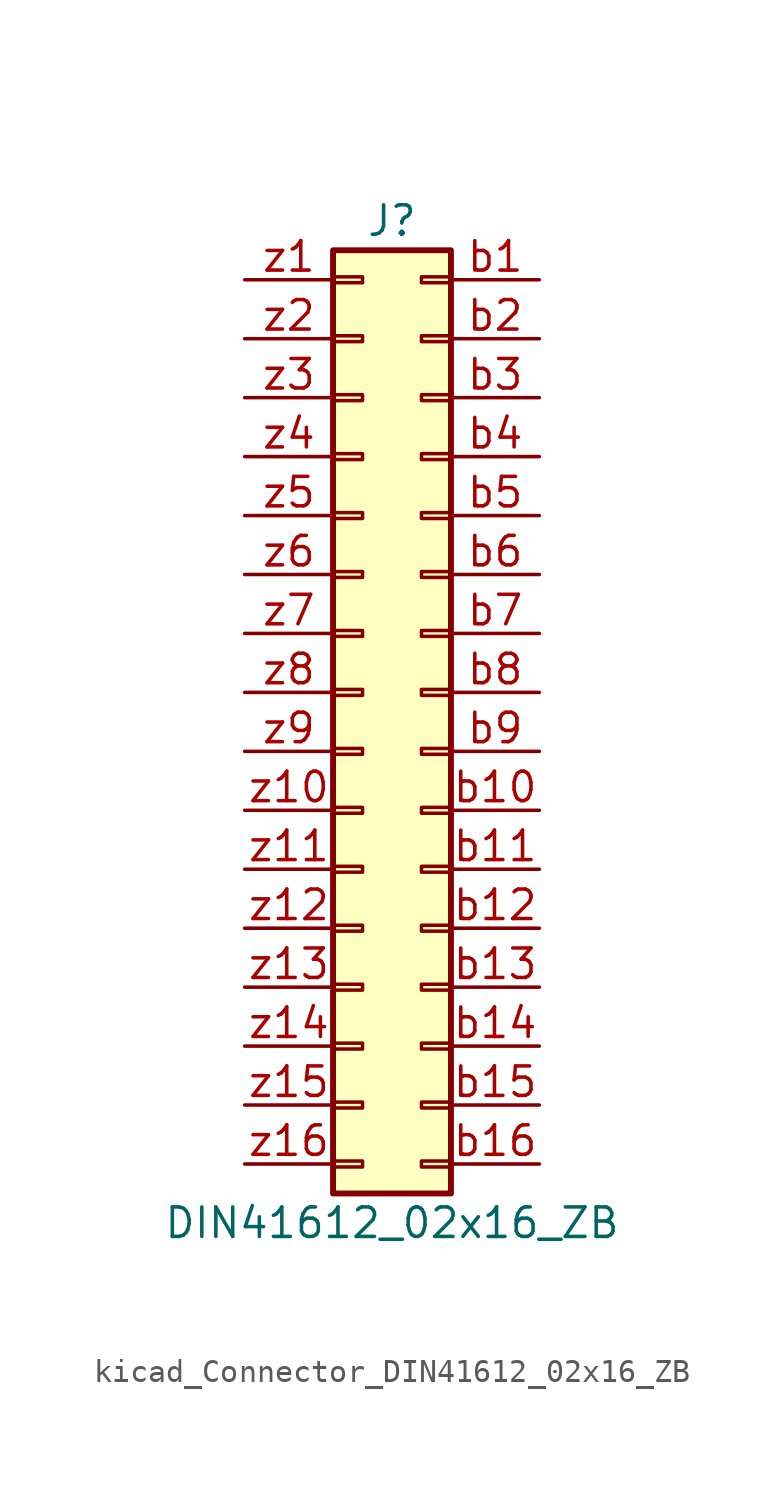
<source format=kicad_sym>
(kicad_symbol_lib
  (version 20220914)
  (generator kicad_symbol_editor)
  (symbol "kicad_Connector_DIN41612_02x16_ZB"
    (pin_names
      (offset 1.016) hide)
    (property "Reference" "J"
      (at 1.27 20.32 0)
      (effects (font (size 1.27 1.27))))
    (property "Value" "DIN41612_02x16_ZB"
      (at 1.27 -22.86 0)
      (effects (font (size 1.27 1.27))))
    (symbol "kicad_Connector_DIN41612_02x16_ZB_1_1"
      (rectangle (start -1.27 -20.193) (end 0 -20.447) (stroke (width 0.152) (type default)) (fill (type none)))
      (rectangle (start -1.27 -17.653) (end 0 -17.907) (stroke (width 0.152) (type default)) (fill (type none)))
      (rectangle (start -1.27 -15.113) (end 0 -15.367) (stroke (width 0.152) (type default)) (fill (type none)))
      (rectangle (start -1.27 -12.573) (end 0 -12.827) (stroke (width 0.152) (type default)) (fill (type none)))
      (rectangle (start -1.27 -10.033) (end 0 -10.287) (stroke (width 0.152) (type default)) (fill (type none)))
      (rectangle (start -1.27 -7.493) (end 0 -7.747) (stroke (width 0.152) (type default)) (fill (type none)))
      (rectangle (start -1.27 -4.953) (end 0 -5.207) (stroke (width 0.152) (type default)) (fill (type none)))
      (rectangle (start -1.27 -2.413) (end 0 -2.667) (stroke (width 0.152) (type default)) (fill (type none)))
      (rectangle (start -1.27 0.127) (end 0 -0.127) (stroke (width 0.152) (type default)) (fill (type none)))
      (rectangle (start -1.27 2.667) (end 0 2.413) (stroke (width 0.152) (type default)) (fill (type none)))
      (rectangle (start -1.27 5.207) (end 0 4.953) (stroke (width 0.152) (type default)) (fill (type none)))
      (rectangle (start -1.27 7.747) (end 0 7.493) (stroke (width 0.152) (type default)) (fill (type none)))
      (rectangle (start -1.27 10.287) (end 0 10.033) (stroke (width 0.152) (type default)) (fill (type none)))
      (rectangle (start -1.27 12.827) (end 0 12.573) (stroke (width 0.152) (type default)) (fill (type none)))
      (rectangle (start -1.27 15.367) (end 0 15.113) (stroke (width 0.152) (type default)) (fill (type none)))
      (rectangle (start -1.27 17.907) (end 0 17.653) (stroke (width 0.152) (type default)) (fill (type none)))
      (rectangle (start -1.27 19.05) (end 3.81 -21.59) (stroke (width 0.254) (type default)) (fill (type background)))
      (rectangle (start 3.81 -20.193) (end 2.54 -20.447) (stroke (width 0.152) (type default)) (fill (type none)))
      (rectangle (start 3.81 -17.653) (end 2.54 -17.907) (stroke (width 0.152) (type default)) (fill (type none)))
      (rectangle (start 3.81 -15.113) (end 2.54 -15.367) (stroke (width 0.152) (type default)) (fill (type none)))
      (rectangle (start 3.81 -12.573) (end 2.54 -12.827) (stroke (width 0.152) (type default)) (fill (type none)))
      (rectangle (start 3.81 -10.033) (end 2.54 -10.287) (stroke (width 0.152) (type default)) (fill (type none)))
      (rectangle (start 3.81 -7.493) (end 2.54 -7.747) (stroke (width 0.152) (type default)) (fill (type none)))
      (rectangle (start 3.81 -4.953) (end 2.54 -5.207) (stroke (width 0.152) (type default)) (fill (type none)))
      (rectangle (start 3.81 -2.413) (end 2.54 -2.667) (stroke (width 0.152) (type default)) (fill (type none)))
      (rectangle (start 3.81 0.127) (end 2.54 -0.127) (stroke (width 0.152) (type default)) (fill (type none)))
      (rectangle (start 3.81 2.667) (end 2.54 2.413) (stroke (width 0.152) (type default)) (fill (type none)))
      (rectangle (start 3.81 5.207) (end 2.54 4.953) (stroke (width 0.152) (type default)) (fill (type none)))
      (rectangle (start 3.81 7.747) (end 2.54 7.493) (stroke (width 0.152) (type default)) (fill (type none)))
      (rectangle (start 3.81 10.287) (end 2.54 10.033) (stroke (width 0.152) (type default)) (fill (type none)))
      (rectangle (start 3.81 12.827) (end 2.54 12.573) (stroke (width 0.152) (type default)) (fill (type none)))
      (rectangle (start 3.81 15.367) (end 2.54 15.113) (stroke (width 0.152) (type default)) (fill (type none)))
      (rectangle (start 3.81 17.907) (end 2.54 17.653) (stroke (width 0.152) (type default)) (fill (type none)))
      (pin passive line (at 7.62 17.78 180) (length 3.81) (name "Pin_b1" (effects (font (size 1.27 1.27)))) (number "b1" (effects (font (size 1.27 1.27)))))
      (pin passive line (at 7.62 -5.08 180) (length 3.81) (name "Pin_b10" (effects (font (size 1.27 1.27)))) (number "b10" (effects (font (size 1.27 1.27)))))
      (pin passive line (at 7.62 -7.62 180) (length 3.81) (name "Pin_b11" (effects (font (size 1.27 1.27)))) (number "b11" (effects (font (size 1.27 1.27)))))
      (pin passive line (at 7.62 -10.16 180) (length 3.81) (name "Pin_b12" (effects (font (size 1.27 1.27)))) (number "b12" (effects (font (size 1.27 1.27)))))
      (pin passive line (at 7.62 -12.7 180) (length 3.81) (name "Pin_b13" (effects (font (size 1.27 1.27)))) (number "b13" (effects (font (size 1.27 1.27)))))
      (pin passive line (at 7.62 -15.24 180) (length 3.81) (name "Pin_b14" (effects (font (size 1.27 1.27)))) (number "b14" (effects (font (size 1.27 1.27)))))
      (pin passive line (at 7.62 -17.78 180) (length 3.81) (name "Pin_b15" (effects (font (size 1.27 1.27)))) (number "b15" (effects (font (size 1.27 1.27)))))
      (pin passive line (at 7.62 -20.32 180) (length 3.81) (name "Pin_b16" (effects (font (size 1.27 1.27)))) (number "b16" (effects (font (size 1.27 1.27)))))
      (pin passive line (at 7.62 15.24 180) (length 3.81) (name "Pin_b2" (effects (font (size 1.27 1.27)))) (number "b2" (effects (font (size 1.27 1.27)))))
      (pin passive line (at 7.62 12.7 180) (length 3.81) (name "Pin_b3" (effects (font (size 1.27 1.27)))) (number "b3" (effects (font (size 1.27 1.27)))))
      (pin passive line (at 7.62 10.16 180) (length 3.81) (name "Pin_b4" (effects (font (size 1.27 1.27)))) (number "b4" (effects (font (size 1.27 1.27)))))
      (pin passive line (at 7.62 7.62 180) (length 3.81) (name "Pin_b5" (effects (font (size 1.27 1.27)))) (number "b5" (effects (font (size 1.27 1.27)))))
      (pin passive line (at 7.62 5.08 180) (length 3.81) (name "Pin_b6" (effects (font (size 1.27 1.27)))) (number "b6" (effects (font (size 1.27 1.27)))))
      (pin passive line (at 7.62 2.54 180) (length 3.81) (name "Pin_b7" (effects (font (size 1.27 1.27)))) (number "b7" (effects (font (size 1.27 1.27)))))
      (pin passive line (at 7.62 0 180) (length 3.81) (name "Pin_b8" (effects (font (size 1.27 1.27)))) (number "b8" (effects (font (size 1.27 1.27)))))
      (pin passive line (at 7.62 -2.54 180) (length 3.81) (name "Pin_b9" (effects (font (size 1.27 1.27)))) (number "b9" (effects (font (size 1.27 1.27)))))
      (pin passive line (at -5.08 17.78 0) (length 3.81) (name "Pin_z1" (effects (font (size 1.27 1.27)))) (number "z1" (effects (font (size 1.27 1.27)))))
      (pin passive line (at -5.08 -5.08 0) (length 3.81) (name "Pin_z10" (effects (font (size 1.27 1.27)))) (number "z10" (effects (font (size 1.27 1.27)))))
      (pin passive line (at -5.08 -7.62 0) (length 3.81) (name "Pin_z11" (effects (font (size 1.27 1.27)))) (number "z11" (effects (font (size 1.27 1.27)))))
      (pin passive line (at -5.08 -10.16 0) (length 3.81) (name "Pin_z12" (effects (font (size 1.27 1.27)))) (number "z12" (effects (font (size 1.27 1.27)))))
      (pin passive line (at -5.08 -12.7 0) (length 3.81) (name "Pin_z13" (effects (font (size 1.27 1.27)))) (number "z13" (effects (font (size 1.27 1.27)))))
      (pin passive line (at -5.08 -15.24 0) (length 3.81) (name "Pin_z14" (effects (font (size 1.27 1.27)))) (number "z14" (effects (font (size 1.27 1.27)))))
      (pin passive line (at -5.08 -17.78 0) (length 3.81) (name "Pin_z15" (effects (font (size 1.27 1.27)))) (number "z15" (effects (font (size 1.27 1.27)))))
      (pin passive line (at -5.08 -20.32 0) (length 3.81) (name "Pin_z16" (effects (font (size 1.27 1.27)))) (number "z16" (effects (font (size 1.27 1.27)))))
      (pin passive line (at -5.08 15.24 0) (length 3.81) (name "Pin_z2" (effects (font (size 1.27 1.27)))) (number "z2" (effects (font (size 1.27 1.27)))))
      (pin passive line (at -5.08 12.7 0) (length 3.81) (name "Pin_z3" (effects (font (size 1.27 1.27)))) (number "z3" (effects (font (size 1.27 1.27)))))
      (pin passive line (at -5.08 10.16 0) (length 3.81) (name "Pin_z4" (effects (font (size 1.27 1.27)))) (number "z4" (effects (font (size 1.27 1.27)))))
      (pin passive line (at -5.08 7.62 0) (length 3.81) (name "Pin_z5" (effects (font (size 1.27 1.27)))) (number "z5" (effects (font (size 1.27 1.27)))))
      (pin passive line (at -5.08 5.08 0) (length 3.81) (name "Pin_z6" (effects (font (size 1.27 1.27)))) (number "z6" (effects (font (size 1.27 1.27)))))
      (pin passive line (at -5.08 2.54 0) (length 3.81) (name "Pin_z7" (effects (font (size 1.27 1.27)))) (number "z7" (effects (font (size 1.27 1.27)))))
      (pin passive line (at -5.08 0 0) (length 3.81) (name "Pin_z8" (effects (font (size 1.27 1.27)))) (number "z8" (effects (font (size 1.27 1.27)))))
      (pin passive line (at -5.08 -2.54 0) (length 3.81) (name "Pin_z9" (effects (font (size 1.27 1.27)))) (number "z9" (effects (font (size 1.27 1.27))))))))
</source>
